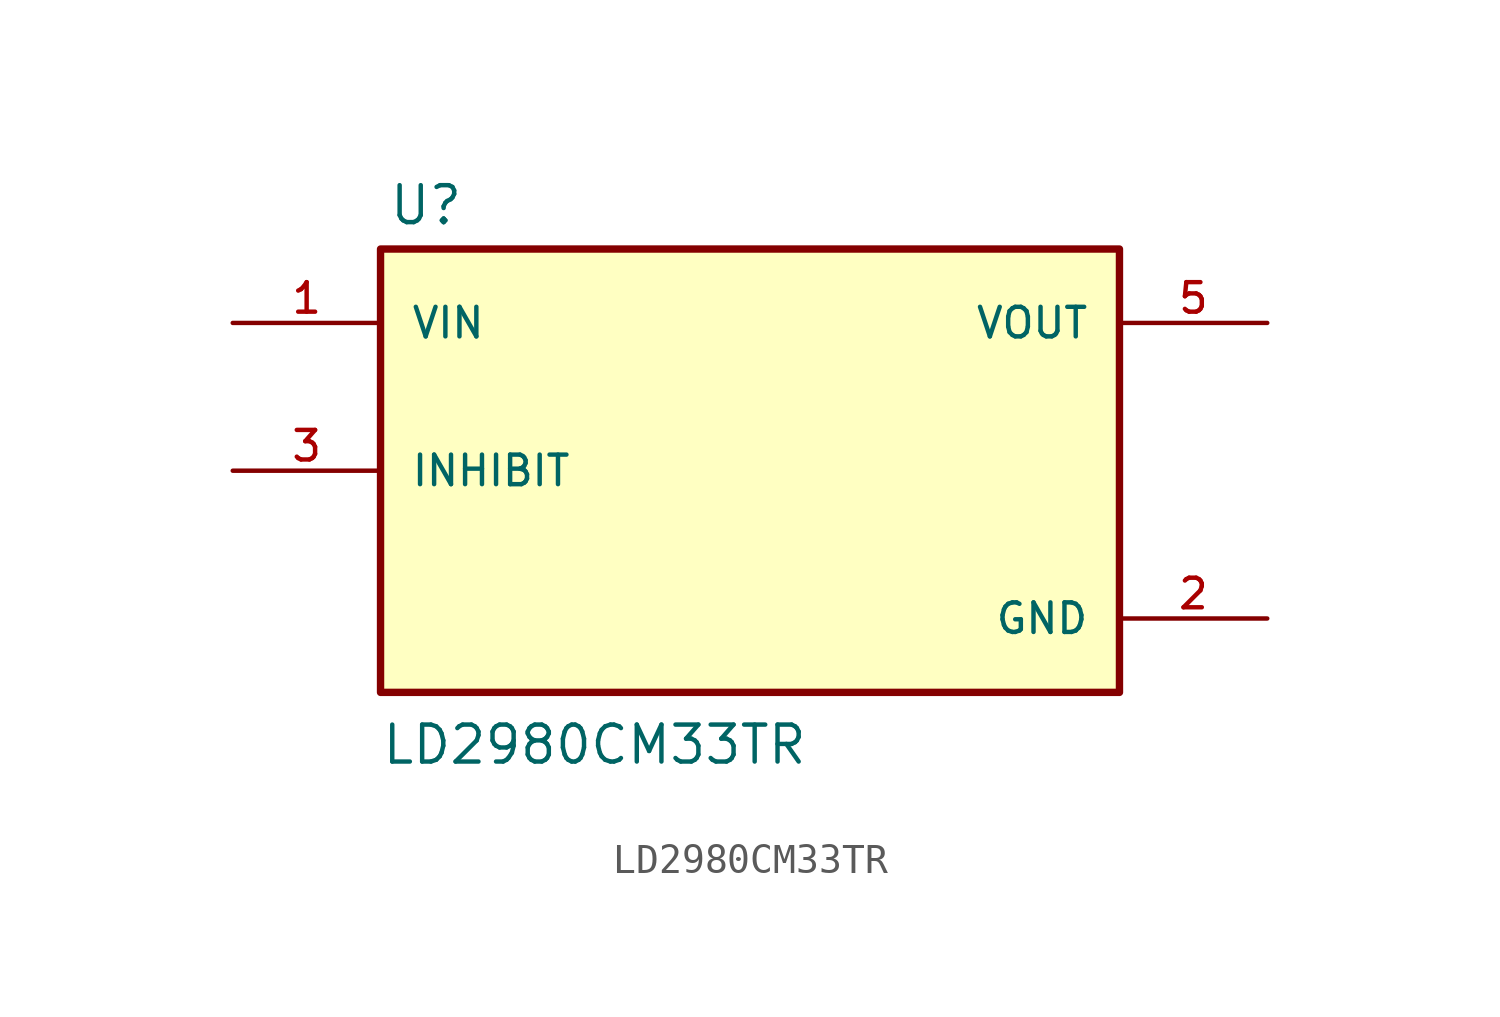
<source format=kicad_sym>
(kicad_symbol_lib
  (version 20241209)
  (generator "kicad_symbol_editor")
  (generator_version "9.0")
  (symbol "LD2980CM33TR"
    (pin_names
      (offset 1.016))
    (property "Reference" "U"
      (at -12.446 8.382 0)
      (effects (font (size 1.27 1.27)) (justify left bottom)))
    (property "Value" "LD2980CM33TR"
      (at -12.7 -10.16 0)
      (effects (font (size 1.27 1.27)) (justify left bottom)))
    (symbol "LD2980CM33TR_0_0"
      (rectangle (start -12.7 -7.62) (end 12.7 7.62) (stroke (width 0.254) (type default)) (fill (type background)))
      (pin input line (at -17.78 5.08 0) (length 5.08) (name "VIN" (effects (font (size 1.016 1.016)))) (number "1" (effects (font (size 1.016 1.016)))))
      (pin input line (at -17.78 0 0) (length 5.08) (name "INHIBIT" (effects (font (size 1.016 1.016)))) (number "3" (effects (font (size 1.016 1.016)))))
      (pin output line (at 17.78 5.08 180) (length 5.08) (name "VOUT" (effects (font (size 1.016 1.016)))) (number "5" (effects (font (size 1.016 1.016)))))
      (pin power_in line (at 17.78 -5.08 180) (length 5.08) (name "GND" (effects (font (size 1.016 1.016)))) (number "2" (effects (font (size 1.016 1.016))))))))
</source>
